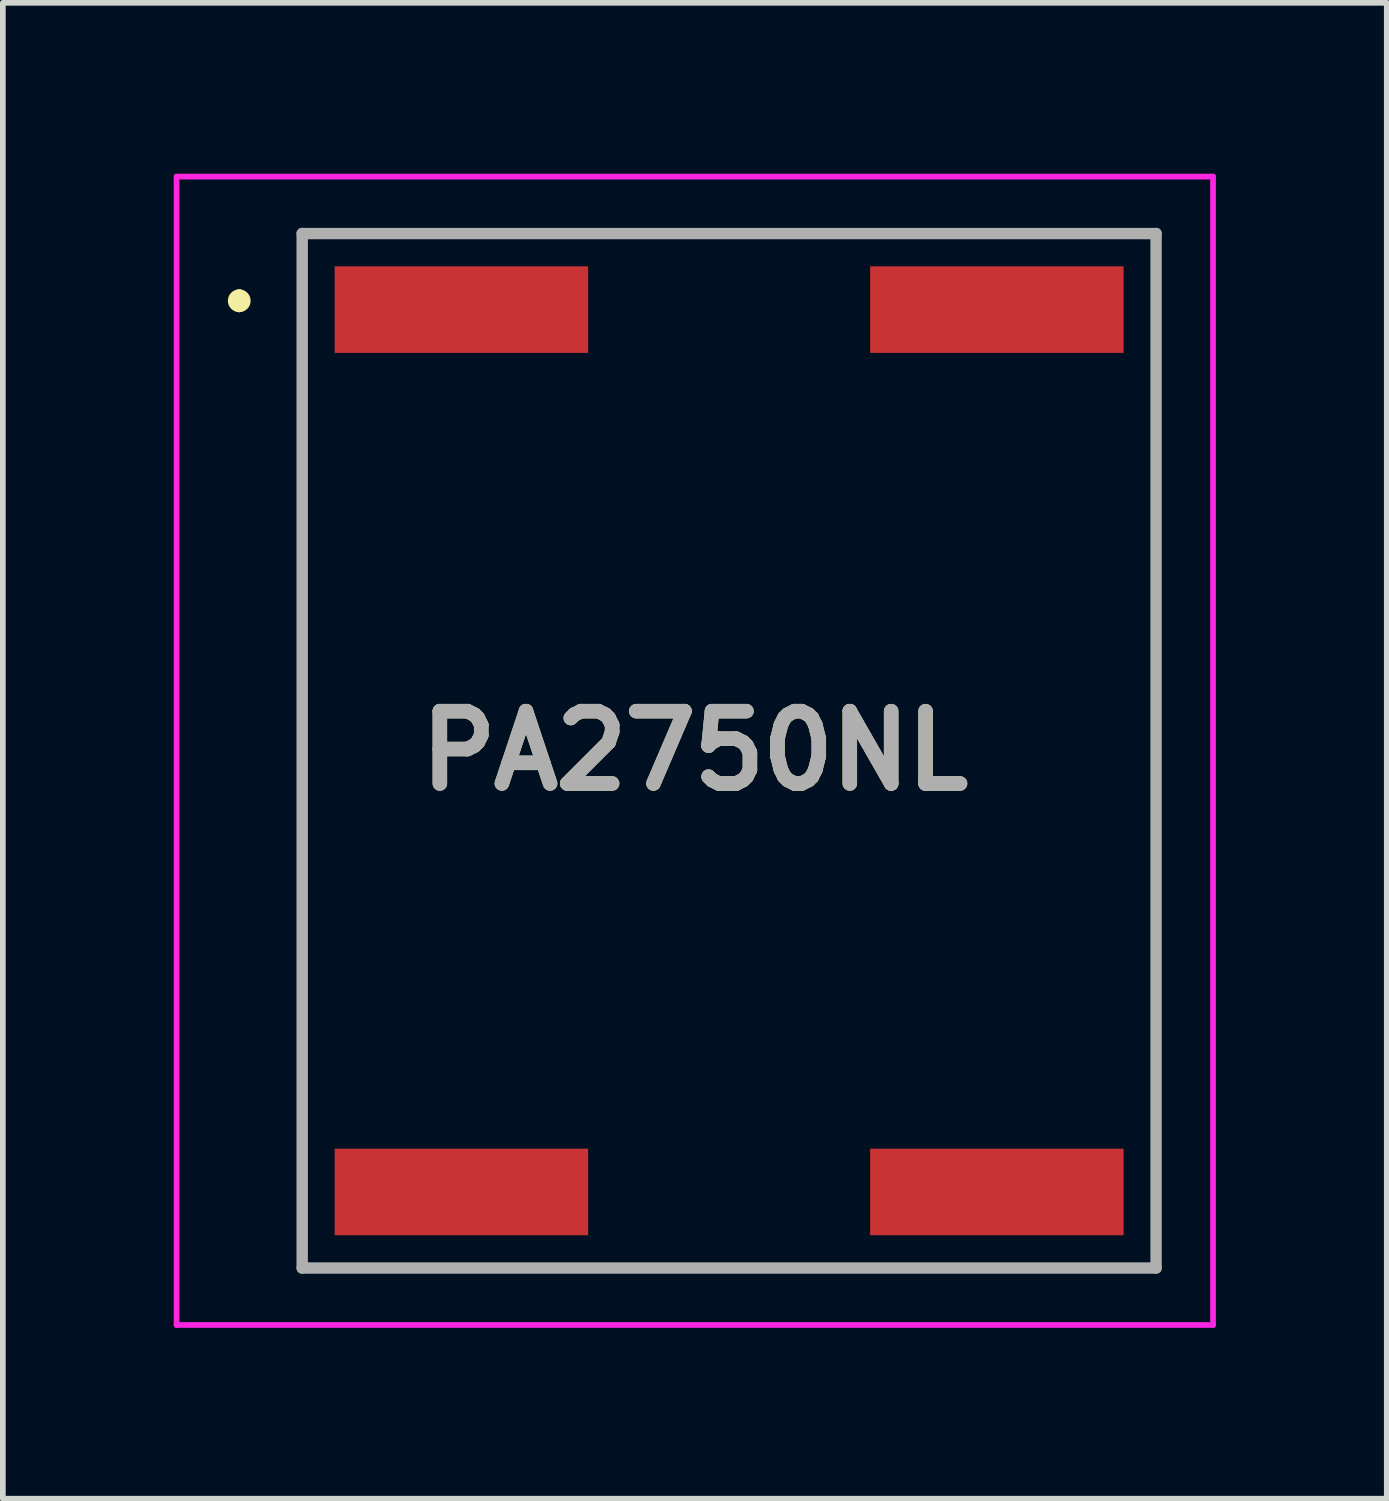
<source format=kicad_pcb>
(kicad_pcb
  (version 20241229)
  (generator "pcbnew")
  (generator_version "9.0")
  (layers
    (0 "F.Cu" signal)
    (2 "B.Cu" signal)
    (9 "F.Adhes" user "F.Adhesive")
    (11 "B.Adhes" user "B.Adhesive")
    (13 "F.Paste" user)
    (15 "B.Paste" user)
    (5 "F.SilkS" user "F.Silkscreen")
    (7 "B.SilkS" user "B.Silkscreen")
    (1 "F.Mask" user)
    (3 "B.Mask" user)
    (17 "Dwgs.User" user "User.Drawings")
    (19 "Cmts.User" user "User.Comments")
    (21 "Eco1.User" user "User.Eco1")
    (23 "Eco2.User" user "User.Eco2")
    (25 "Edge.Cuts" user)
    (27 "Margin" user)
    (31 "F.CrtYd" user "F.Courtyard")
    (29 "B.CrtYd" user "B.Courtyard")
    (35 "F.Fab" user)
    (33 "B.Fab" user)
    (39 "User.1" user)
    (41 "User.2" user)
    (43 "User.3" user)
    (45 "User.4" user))
  (footprint "PA2750NL"
    (layer "F.Cu")
    (at 9.75 10.13)
    (property "Reference" "PA2750NL" (at -0.603 0 0) (layer "F.SilkS") (effects (font (size 1.27 1.27) (thickness 0.254))))
    (attr smd)
    (fp_line (start -8.6 -8) (end -8.6 -8) (stroke (width 0.2) (type solid)) (layer "F.SilkS"))
    (fp_line (start -8.6 -7.8) (end -8.6 -7.8) (stroke (width 0.2) (type solid)) (layer "F.SilkS"))
    (fp_line (start -7.495 -9.08) (end 7.495 -9.08) (stroke (width 0.1) (type solid)) (layer "F.SilkS"))
    (fp_line (start -7.495 9.08) (end -7.495 -9.08) (stroke (width 0.1) (type solid)) (layer "F.SilkS"))
    (fp_line (start 7.495 -9.08) (end 7.495 9.08) (stroke (width 0.1) (type solid)) (layer "F.SilkS"))
    (fp_line (start 7.495 9.08) (end -7.495 9.08) (stroke (width 0.1) (type solid)) (layer "F.SilkS"))
    (fp_arc (start -8.6 -8) (mid -8.5 -7.9) (end -8.6 -7.8) (stroke (width 0.2) (type solid)) (layer "F.SilkS"))
    (fp_arc (start -8.6 -7.8) (mid -8.7 -7.9) (end -8.6 -8) (stroke (width 0.2) (type solid)) (layer "F.SilkS"))
    (fp_line (start -9.7 -10.08) (end 8.495 -10.08) (stroke (width 0.1) (type solid)) (layer "F.CrtYd"))
    (fp_line (start -9.7 10.08) (end -9.7 -10.08) (stroke (width 0.1) (type solid)) (layer "F.CrtYd"))
    (fp_line (start 8.495 -10.08) (end 8.495 10.08) (stroke (width 0.1) (type solid)) (layer "F.CrtYd"))
    (fp_line (start 8.495 10.08) (end -9.7 10.08) (stroke (width 0.1) (type solid)) (layer "F.CrtYd"))
    (fp_line (start -7.495 -9.08) (end 7.495 -9.08) (stroke (width 0.2) (type solid)) (layer "F.Fab"))
    (fp_line (start -7.495 9.08) (end -7.495 -9.08) (stroke (width 0.2) (type solid)) (layer "F.Fab"))
    (fp_line (start 7.495 -9.08) (end 7.495 9.08) (stroke (width 0.2) (type solid)) (layer "F.Fab"))
    (fp_line (start 7.495 9.08) (end -7.495 9.08) (stroke (width 0.2) (type solid)) (layer "F.Fab"))
    (fp_text user "${REFERENCE}" (at -0.603 0 0) (layer "F.Fab") (effects (font (size 1.27 1.27) (thickness 0.254))))
    (pad "1" smd rect (at -4.7 -7.745 90) (size 1.52 4.45) (layers "F.Cu" "F.Mask" "F.Paste"))
    (pad "2" smd rect (at -4.7 7.745 90) (size 1.52 4.45) (layers "F.Cu" "F.Mask" "F.Paste"))
    (pad "3" smd rect (at 4.7 -7.745 90) (size 1.52 4.45) (layers "F.Cu" "F.Mask" "F.Paste"))
    (pad "4" smd rect (at 4.7 7.745 90) (size 1.52 4.45) (layers "F.Cu" "F.Mask" "F.Paste")))
  (gr_rect
    (start -3 -3)
    (end 21.295 23.26)
    (stroke (width 0.1) (type default))
    (fill no)
    (layer "Edge.Cuts")))
</source>
